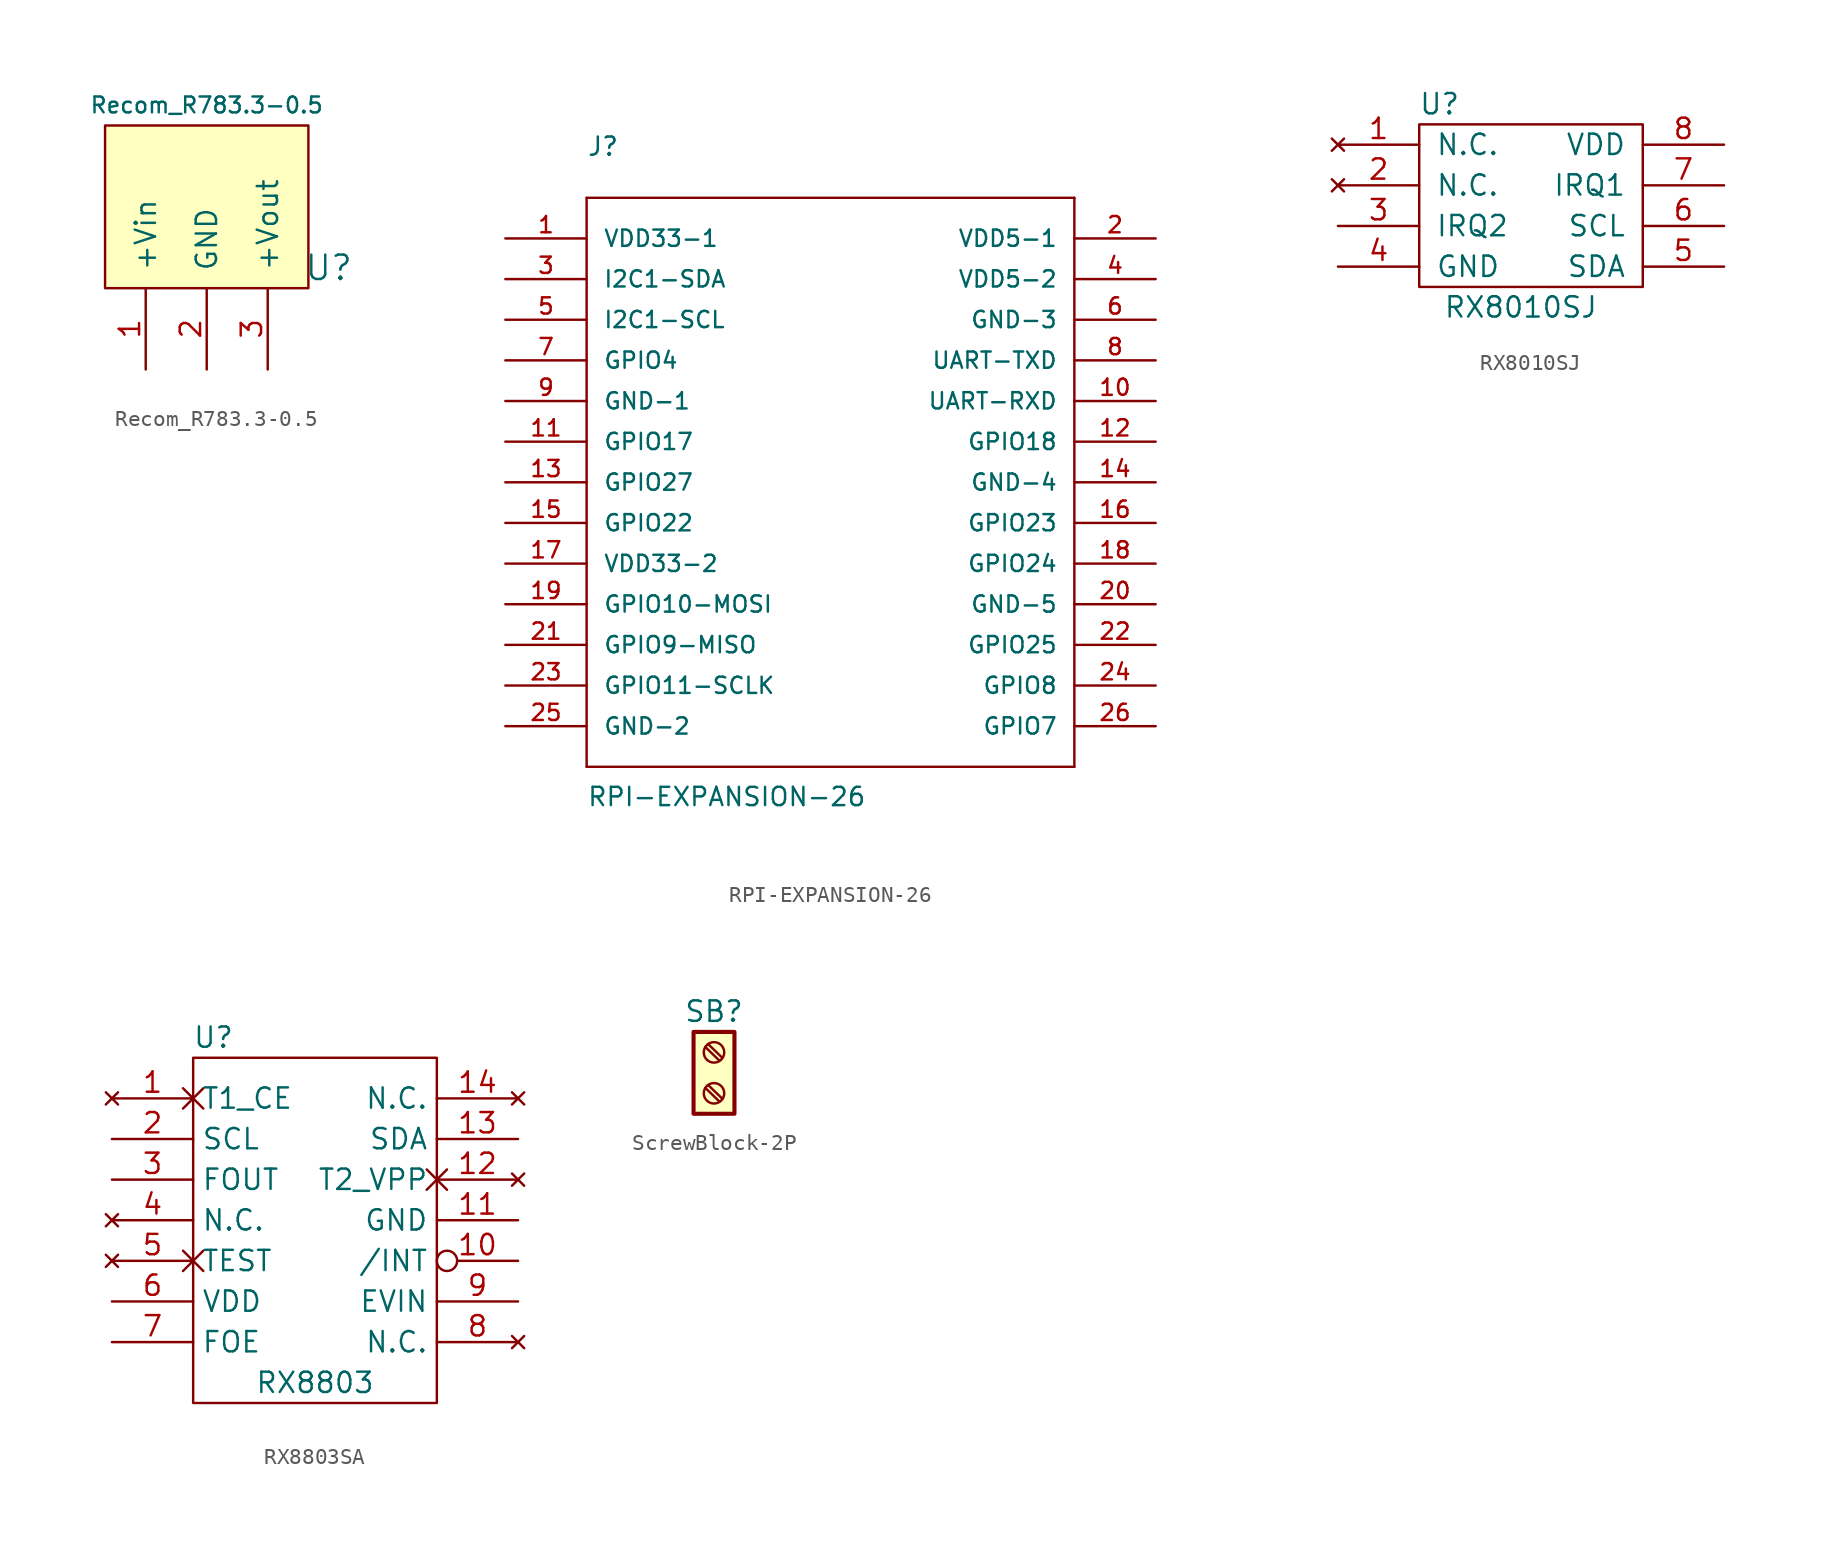
<source format=kicad_sym>
(kicad_symbol_lib
  (version 20220914)
  (generator kicad_symbol_editor)
  (symbol "Recom_R783.3-0.5"
    (pin_names
      (offset 1.016))
    (property "Reference" "U"
      (at 7.62 -2.54 0)
      (effects (font (size 1.524 1.524))))
    (property "Value" "Recom_R783.3-0.5"
      (at 0 7.62 0)
      (effects (font (size 0.991 0.991))))
    (symbol "Recom_R783.3-0.5_0_1"
      (rectangle (start -6.35 -3.81) (end 6.35 6.35) (stroke (width 0) (type default)) (fill (type background))))
    (symbol "Recom_R783.3-0.5_1_1"
      (pin power_in line (at -3.81 -8.89 90) (length 5.08) (name "+Vin" (effects (font (size 1.27 1.27)))) (number "1" (effects (font (size 1.27 1.27)))))
      (pin input line (at 0 -8.89 90) (length 5.08) (name "GND" (effects (font (size 1.27 1.27)))) (number "2" (effects (font (size 1.27 1.27)))))
      (pin power_out line (at 3.81 -8.89 90) (length 5.08) (name "+Vout" (effects (font (size 1.27 1.27)))) (number "3" (effects (font (size 1.27 1.27)))))))
  (symbol "RPI-EXPANSION-26"
    (pin_names
      (offset 1.016))
    (property "Reference" "J"
      (at -25.4 27.94 0)
      (effects (font (size 1.143 1.143)) (justify left bottom)))
    (property "Value" "RPI-EXPANSION-26"
      (at -25.4 -12.7 0)
      (effects (font (size 1.143 1.143)) (justify left bottom)))
    (property "ki_locked" ""
      (at 0 0 0)
      (effects (font (size 1.27 1.27))))
    (symbol "RPI-EXPANSION-26_1_0"
      (polyline (pts (xy -25.4 -10.16) (xy 5.08 -10.16)) (stroke (width 0) (type default)) (fill (type none)))
      (polyline (pts (xy -25.4 25.4) (xy -25.4 -10.16)) (stroke (width 0) (type default)) (fill (type none)))
      (polyline (pts (xy 5.08 -10.16) (xy 5.08 25.4)) (stroke (width 0) (type default)) (fill (type none)))
      (polyline (pts (xy 5.08 25.4) (xy -25.4 25.4)) (stroke (width 0) (type default)) (fill (type none))))
    (symbol "RPI-EXPANSION-26_1_1"
      (pin bidirectional line (at -30.48 22.86 0) (length 5.08) (name "VDD33-1" (effects (font (size 1.016 1.016)))) (number "1" (effects (font (size 1.016 1.016)))))
      (pin bidirectional line (at 10.16 12.7 180) (length 5.08) (name "UART-RXD" (effects (font (size 1.016 1.016)))) (number "10" (effects (font (size 1.016 1.016)))))
      (pin bidirectional line (at -30.48 10.16 0) (length 5.08) (name "GPIO17" (effects (font (size 1.016 1.016)))) (number "11" (effects (font (size 1.016 1.016)))))
      (pin bidirectional line (at 10.16 10.16 180) (length 5.08) (name "GPIO18" (effects (font (size 1.016 1.016)))) (number "12" (effects (font (size 1.016 1.016)))))
      (pin bidirectional line (at -30.48 7.62 0) (length 5.08) (name "GPIO27" (effects (font (size 1.016 1.016)))) (number "13" (effects (font (size 1.016 1.016)))))
      (pin bidirectional line (at 10.16 7.62 180) (length 5.08) (name "GND-4" (effects (font (size 1.016 1.016)))) (number "14" (effects (font (size 1.016 1.016)))))
      (pin bidirectional line (at -30.48 5.08 0) (length 5.08) (name "GPIO22" (effects (font (size 1.016 1.016)))) (number "15" (effects (font (size 1.016 1.016)))))
      (pin bidirectional line (at 10.16 5.08 180) (length 5.08) (name "GPIO23" (effects (font (size 1.016 1.016)))) (number "16" (effects (font (size 1.016 1.016)))))
      (pin bidirectional line (at -30.48 2.54 0) (length 5.08) (name "VDD33-2" (effects (font (size 1.016 1.016)))) (number "17" (effects (font (size 1.016 1.016)))))
      (pin bidirectional line (at 10.16 2.54 180) (length 5.08) (name "GPIO24" (effects (font (size 1.016 1.016)))) (number "18" (effects (font (size 1.016 1.016)))))
      (pin bidirectional line (at -30.48 0 0) (length 5.08) (name "GPIO10-MOSI" (effects (font (size 1.016 1.016)))) (number "19" (effects (font (size 1.016 1.016)))))
      (pin bidirectional line (at 10.16 22.86 180) (length 5.08) (name "VDD5-1" (effects (font (size 1.016 1.016)))) (number "2" (effects (font (size 1.016 1.016)))))
      (pin bidirectional line (at 10.16 0 180) (length 5.08) (name "GND-5" (effects (font (size 1.016 1.016)))) (number "20" (effects (font (size 1.016 1.016)))))
      (pin bidirectional line (at -30.48 -2.54 0) (length 5.08) (name "GPIO9-MISO" (effects (font (size 1.016 1.016)))) (number "21" (effects (font (size 1.016 1.016)))))
      (pin bidirectional line (at 10.16 -2.54 180) (length 5.08) (name "GPIO25" (effects (font (size 1.016 1.016)))) (number "22" (effects (font (size 1.016 1.016)))))
      (pin bidirectional line (at -30.48 -5.08 0) (length 5.08) (name "GPIO11-SCLK" (effects (font (size 1.016 1.016)))) (number "23" (effects (font (size 1.016 1.016)))))
      (pin bidirectional line (at 10.16 -5.08 180) (length 5.08) (name "GPIO8" (effects (font (size 1.016 1.016)))) (number "24" (effects (font (size 1.016 1.016)))))
      (pin bidirectional line (at -30.48 -7.62 0) (length 5.08) (name "GND-2" (effects (font (size 1.016 1.016)))) (number "25" (effects (font (size 1.016 1.016)))))
      (pin bidirectional line (at 10.16 -7.62 180) (length 5.08) (name "GPIO7" (effects (font (size 1.016 1.016)))) (number "26" (effects (font (size 1.016 1.016)))))
      (pin bidirectional line (at -30.48 20.32 0) (length 5.08) (name "I2C1-SDA" (effects (font (size 1.016 1.016)))) (number "3" (effects (font (size 1.016 1.016)))))
      (pin bidirectional line (at 10.16 20.32 180) (length 5.08) (name "VDD5-2" (effects (font (size 1.016 1.016)))) (number "4" (effects (font (size 1.016 1.016)))))
      (pin bidirectional line (at -30.48 17.78 0) (length 5.08) (name "I2C1-SCL" (effects (font (size 1.016 1.016)))) (number "5" (effects (font (size 1.016 1.016)))))
      (pin bidirectional line (at 10.16 17.78 180) (length 5.08) (name "GND-3" (effects (font (size 1.016 1.016)))) (number "6" (effects (font (size 1.016 1.016)))))
      (pin bidirectional line (at -30.48 15.24 0) (length 5.08) (name "GPIO4" (effects (font (size 1.016 1.016)))) (number "7" (effects (font (size 1.016 1.016)))))
      (pin bidirectional line (at 10.16 15.24 180) (length 5.08) (name "UART-TXD" (effects (font (size 1.016 1.016)))) (number "8" (effects (font (size 1.016 1.016)))))
      (pin bidirectional line (at -30.48 12.7 0) (length 5.08) (name "GND-1" (effects (font (size 1.016 1.016)))) (number "9" (effects (font (size 1.016 1.016)))))))
  (symbol "RX8010SJ"
    (pin_names
      (offset 1.016))
    (property "Reference" "U"
      (at 6.35 10.16 0)
      (effects (font (size 1.27 1.27))))
    (property "Value" "RX8010SJ"
      (at 11.43 -2.54 0)
      (effects (font (size 1.27 1.27))))
    (symbol "RX8010SJ_0_0"
      (pin no_connect line (at 0 7.62 0) (length 5.08) (name "N.C." (effects (font (size 1.27 1.27)))) (number "1" (effects (font (size 1.27 1.27)))))
      (pin no_connect line (at 0 5.08 0) (length 5.08) (name "N.C." (effects (font (size 1.27 1.27)))) (number "2" (effects (font (size 1.27 1.27)))))
      (pin output line (at 0 2.54 0) (length 5.08) (name "IRQ2" (effects (font (size 1.27 1.27)))) (number "3" (effects (font (size 1.27 1.27)))))
      (pin power_in line (at 0 0 0) (length 5.08) (name "GND" (effects (font (size 1.27 1.27)))) (number "4" (effects (font (size 1.27 1.27)))))
      (pin bidirectional line (at 24.13 0 180) (length 5.08) (name "SDA" (effects (font (size 1.27 1.27)))) (number "5" (effects (font (size 1.27 1.27)))))
      (pin bidirectional line (at 24.13 2.54 180) (length 5.08) (name "SCL" (effects (font (size 1.27 1.27)))) (number "6" (effects (font (size 1.27 1.27)))))
      (pin output line (at 24.13 5.08 180) (length 5.08) (name "IRQ1" (effects (font (size 1.27 1.27)))) (number "7" (effects (font (size 1.27 1.27)))))
      (pin power_in line (at 24.13 7.62 180) (length 5.08) (name "VDD" (effects (font (size 1.27 1.27)))) (number "8" (effects (font (size 1.27 1.27))))))
    (symbol "RX8010SJ_0_1"
      (rectangle (start 5.08 -1.27) (end 19.05 8.89) (stroke (width 0) (type default)) (fill (type none)))))
  (symbol "RX8803SA"
    (property "Reference" "U"
      (at 6.35 3.81 0)
      (effects (font (size 1.27 1.27))))
    (property "Value" "RX8803"
      (at 12.7 -17.78 0)
      (effects (font (size 1.27 1.27))))
    (symbol "RX8803SA_0_0"
      (pin power_in line (at 25.4 -7.62 180) (length 5.08) (name "GND" (effects (font (size 1.27 1.27)))) (number "11" (effects (font (size 1.27 1.27)))))
      (pin bidirectional line (at 25.4 -2.54 180) (length 5.08) (name "SDA" (effects (font (size 1.27 1.27)))) (number "13" (effects (font (size 1.27 1.27)))))
      (pin no_connect line (at 25.4 0 180) (length 5.08) (name "N.C." (effects (font (size 1.27 1.27)))) (number "14" (effects (font (size 1.27 1.27)))))
      (pin input line (at 0 -2.54 0) (length 5.08) (name "SCL" (effects (font (size 1.27 1.27)))) (number "2" (effects (font (size 1.27 1.27)))))
      (pin output line (at 0 -5.08 0) (length 5.08) (name "FOUT" (effects (font (size 1.27 1.27)))) (number "3" (effects (font (size 1.27 1.27)))))
      (pin no_connect line (at 0 -7.62 0) (length 5.08) (name "N.C." (effects (font (size 1.27 1.27)))) (number "4" (effects (font (size 1.27 1.27)))))
      (pin power_in line (at 0 -12.7 0) (length 5.08) (name "VDD" (effects (font (size 1.27 1.27)))) (number "6" (effects (font (size 1.27 1.27)))))
      (pin input line (at 0 -15.24 0) (length 5.08) (name "FOE" (effects (font (size 1.27 1.27)))) (number "7" (effects (font (size 1.27 1.27)))))
      (pin no_connect line (at 25.4 -15.24 180) (length 5.08) (name "N.C." (effects (font (size 1.27 1.27)))) (number "8" (effects (font (size 1.27 1.27)))))
      (pin input line (at 25.4 -12.7 180) (length 5.08) (name "EVIN" (effects (font (size 1.27 1.27)))) (number "9" (effects (font (size 1.27 1.27))))))
    (symbol "RX8803SA_0_1"
      (rectangle (start 5.08 2.54) (end 20.32 -19.05) (stroke (width 0) (type default)) (fill (type none))))
    (symbol "RX8803SA_1_0"
      (pin no_connect non_logic (at 0 0 0) (length 5.08) (name "T1_CE" (effects (font (size 1.27 1.27)))) (number "1" (effects (font (size 1.27 1.27)))))
      (pin open_collector inverted (at 25.4 -10.16 180) (length 5.08) (name "/INT" (effects (font (size 1.27 1.27)))) (number "10" (effects (font (size 1.27 1.27)))))
      (pin no_connect non_logic (at 25.4 -5.08 180) (length 5.08) (name "T2_VPP" (effects (font (size 1.27 1.27)))) (number "12" (effects (font (size 1.27 1.27)))))
      (pin no_connect non_logic (at 0 -10.16 0) (length 5.08) (name "TEST" (effects (font (size 1.27 1.27)))) (number "5" (effects (font (size 1.27 1.27)))))))
  (symbol "ScrewBlock-2P"
    (pin_names
      (offset 1.016) hide)
    (property "Reference" "SB"
      (at 0 2.54 0)
      (effects (font (size 1.27 1.27))))
    (symbol "ScrewBlock-2P_1_1"
      (rectangle (start -1.27 1.27) (end 1.27 -3.81) (stroke (width 0.254) (type default)) (fill (type background)))
      (circle (center 0 -2.54) (radius 0.635) (stroke (width 0.152) (type default)) (fill (type none)))
      (polyline (pts (xy -0.533 -2.21) (xy 0.33 -3.048)) (stroke (width 0.152) (type default)) (fill (type none)))
      (polyline (pts (xy -0.533 0.33) (xy 0.33 -0.508)) (stroke (width 0.152) (type default)) (fill (type none)))
      (polyline (pts (xy -0.356 -2.032) (xy 0.508 -2.87)) (stroke (width 0.152) (type default)) (fill (type none)))
      (polyline (pts (xy -0.356 0.508) (xy 0.508 -0.33)) (stroke (width 0.152) (type default)) (fill (type none)))
      (circle (center 0 0) (radius 0.635) (stroke (width 0.152) (type default)) (fill (type none))))))
</source>
